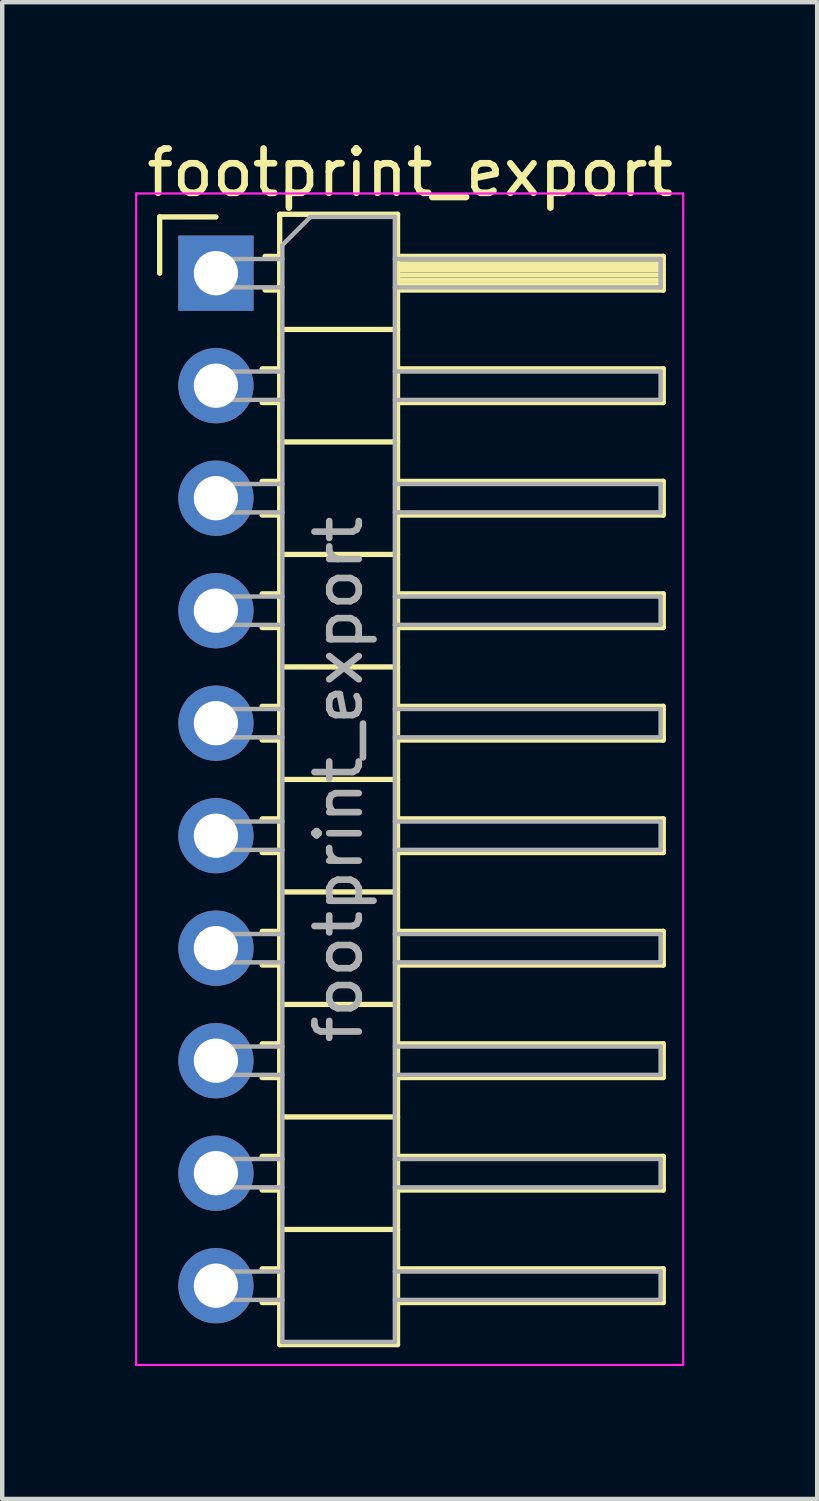
<source format=kicad_pcb>
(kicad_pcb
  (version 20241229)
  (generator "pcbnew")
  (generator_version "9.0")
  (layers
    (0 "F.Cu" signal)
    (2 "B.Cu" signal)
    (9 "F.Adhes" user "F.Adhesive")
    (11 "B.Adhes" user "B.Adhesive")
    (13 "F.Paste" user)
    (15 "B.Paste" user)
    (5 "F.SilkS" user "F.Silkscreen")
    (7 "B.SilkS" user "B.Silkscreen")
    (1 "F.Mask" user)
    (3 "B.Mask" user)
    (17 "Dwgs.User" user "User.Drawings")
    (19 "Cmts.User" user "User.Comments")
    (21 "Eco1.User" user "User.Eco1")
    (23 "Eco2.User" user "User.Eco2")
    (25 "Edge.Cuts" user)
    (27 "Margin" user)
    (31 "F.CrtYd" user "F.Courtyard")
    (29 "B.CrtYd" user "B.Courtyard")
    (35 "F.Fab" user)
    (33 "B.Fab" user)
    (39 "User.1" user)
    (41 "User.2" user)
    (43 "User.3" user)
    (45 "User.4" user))
  (footprint "footprint_export"
    (layer "F.Cu")
    (at 1.825 3.118)
    (property "Reference" "footprint_export" (at 4.385 -2.27 0) (layer "F.SilkS") (effects (font (size 1 1) (thickness 0.15))))
    (attr through_hole)
    (fp_line (start -1.27 -1.27) (end 0 -1.27) (stroke (width 0.12) (type solid)) (layer "F.SilkS"))
    (fp_line (start -1.27 0) (end -1.27 -1.27) (stroke (width 0.12) (type solid)) (layer "F.SilkS"))
    (fp_line (start 1.043 2.16) (end 1.44 2.16) (stroke (width 0.12) (type solid)) (layer "F.SilkS"))
    (fp_line (start 1.043 2.92) (end 1.44 2.92) (stroke (width 0.12) (type solid)) (layer "F.SilkS"))
    (fp_line (start 1.043 4.7) (end 1.44 4.7) (stroke (width 0.12) (type solid)) (layer "F.SilkS"))
    (fp_line (start 1.043 5.46) (end 1.44 5.46) (stroke (width 0.12) (type solid)) (layer "F.SilkS"))
    (fp_line (start 1.043 7.24) (end 1.44 7.24) (stroke (width 0.12) (type solid)) (layer "F.SilkS"))
    (fp_line (start 1.043 8) (end 1.44 8) (stroke (width 0.12) (type solid)) (layer "F.SilkS"))
    (fp_line (start 1.043 9.78) (end 1.44 9.78) (stroke (width 0.12) (type solid)) (layer "F.SilkS"))
    (fp_line (start 1.043 10.54) (end 1.44 10.54) (stroke (width 0.12) (type solid)) (layer "F.SilkS"))
    (fp_line (start 1.043 12.32) (end 1.44 12.32) (stroke (width 0.12) (type solid)) (layer "F.SilkS"))
    (fp_line (start 1.043 13.08) (end 1.44 13.08) (stroke (width 0.12) (type solid)) (layer "F.SilkS"))
    (fp_line (start 1.043 14.86) (end 1.44 14.86) (stroke (width 0.12) (type solid)) (layer "F.SilkS"))
    (fp_line (start 1.043 15.62) (end 1.44 15.62) (stroke (width 0.12) (type solid)) (layer "F.SilkS"))
    (fp_line (start 1.043 17.4) (end 1.44 17.4) (stroke (width 0.12) (type solid)) (layer "F.SilkS"))
    (fp_line (start 1.043 18.16) (end 1.44 18.16) (stroke (width 0.12) (type solid)) (layer "F.SilkS"))
    (fp_line (start 1.043 19.94) (end 1.44 19.94) (stroke (width 0.12) (type solid)) (layer "F.SilkS"))
    (fp_line (start 1.043 20.7) (end 1.44 20.7) (stroke (width 0.12) (type solid)) (layer "F.SilkS"))
    (fp_line (start 1.043 22.48) (end 1.44 22.48) (stroke (width 0.12) (type solid)) (layer "F.SilkS"))
    (fp_line (start 1.043 23.24) (end 1.44 23.24) (stroke (width 0.12) (type solid)) (layer "F.SilkS"))
    (fp_line (start 1.11 -0.38) (end 1.44 -0.38) (stroke (width 0.12) (type solid)) (layer "F.SilkS"))
    (fp_line (start 1.11 0.38) (end 1.44 0.38) (stroke (width 0.12) (type solid)) (layer "F.SilkS"))
    (fp_line (start 1.44 -1.33) (end 1.44 24.19) (stroke (width 0.12) (type solid)) (layer "F.SilkS"))
    (fp_line (start 1.44 1.27) (end 4.1 1.27) (stroke (width 0.12) (type solid)) (layer "F.SilkS"))
    (fp_line (start 1.44 3.81) (end 4.1 3.81) (stroke (width 0.12) (type solid)) (layer "F.SilkS"))
    (fp_line (start 1.44 6.35) (end 4.1 6.35) (stroke (width 0.12) (type solid)) (layer "F.SilkS"))
    (fp_line (start 1.44 8.89) (end 4.1 8.89) (stroke (width 0.12) (type solid)) (layer "F.SilkS"))
    (fp_line (start 1.44 11.43) (end 4.1 11.43) (stroke (width 0.12) (type solid)) (layer "F.SilkS"))
    (fp_line (start 1.44 13.97) (end 4.1 13.97) (stroke (width 0.12) (type solid)) (layer "F.SilkS"))
    (fp_line (start 1.44 16.51) (end 4.1 16.51) (stroke (width 0.12) (type solid)) (layer "F.SilkS"))
    (fp_line (start 1.44 19.05) (end 4.1 19.05) (stroke (width 0.12) (type solid)) (layer "F.SilkS"))
    (fp_line (start 1.44 21.59) (end 4.1 21.59) (stroke (width 0.12) (type solid)) (layer "F.SilkS"))
    (fp_line (start 1.44 24.19) (end 4.1 24.19) (stroke (width 0.12) (type solid)) (layer "F.SilkS"))
    (fp_line (start 4.1 -1.33) (end 1.44 -1.33) (stroke (width 0.12) (type solid)) (layer "F.SilkS"))
    (fp_line (start 4.1 -0.38) (end 10.1 -0.38) (stroke (width 0.12) (type solid)) (layer "F.SilkS"))
    (fp_line (start 4.1 -0.32) (end 10.1 -0.32) (stroke (width 0.12) (type solid)) (layer "F.SilkS"))
    (fp_line (start 4.1 -0.2) (end 10.1 -0.2) (stroke (width 0.12) (type solid)) (layer "F.SilkS"))
    (fp_line (start 4.1 -0.08) (end 10.1 -0.08) (stroke (width 0.12) (type solid)) (layer "F.SilkS"))
    (fp_line (start 4.1 0.04) (end 10.1 0.04) (stroke (width 0.12) (type solid)) (layer "F.SilkS"))
    (fp_line (start 4.1 0.16) (end 10.1 0.16) (stroke (width 0.12) (type solid)) (layer "F.SilkS"))
    (fp_line (start 4.1 0.28) (end 10.1 0.28) (stroke (width 0.12) (type solid)) (layer "F.SilkS"))
    (fp_line (start 4.1 2.16) (end 10.1 2.16) (stroke (width 0.12) (type solid)) (layer "F.SilkS"))
    (fp_line (start 4.1 4.7) (end 10.1 4.7) (stroke (width 0.12) (type solid)) (layer "F.SilkS"))
    (fp_line (start 4.1 7.24) (end 10.1 7.24) (stroke (width 0.12) (type solid)) (layer "F.SilkS"))
    (fp_line (start 4.1 9.78) (end 10.1 9.78) (stroke (width 0.12) (type solid)) (layer "F.SilkS"))
    (fp_line (start 4.1 12.32) (end 10.1 12.32) (stroke (width 0.12) (type solid)) (layer "F.SilkS"))
    (fp_line (start 4.1 14.86) (end 10.1 14.86) (stroke (width 0.12) (type solid)) (layer "F.SilkS"))
    (fp_line (start 4.1 17.4) (end 10.1 17.4) (stroke (width 0.12) (type solid)) (layer "F.SilkS"))
    (fp_line (start 4.1 19.94) (end 10.1 19.94) (stroke (width 0.12) (type solid)) (layer "F.SilkS"))
    (fp_line (start 4.1 22.48) (end 10.1 22.48) (stroke (width 0.12) (type solid)) (layer "F.SilkS"))
    (fp_line (start 4.1 24.19) (end 4.1 -1.33) (stroke (width 0.12) (type solid)) (layer "F.SilkS"))
    (fp_line (start 10.1 -0.38) (end 10.1 0.38) (stroke (width 0.12) (type solid)) (layer "F.SilkS"))
    (fp_line (start 10.1 0.38) (end 4.1 0.38) (stroke (width 0.12) (type solid)) (layer "F.SilkS"))
    (fp_line (start 10.1 2.16) (end 10.1 2.92) (stroke (width 0.12) (type solid)) (layer "F.SilkS"))
    (fp_line (start 10.1 2.92) (end 4.1 2.92) (stroke (width 0.12) (type solid)) (layer "F.SilkS"))
    (fp_line (start 10.1 4.7) (end 10.1 5.46) (stroke (width 0.12) (type solid)) (layer "F.SilkS"))
    (fp_line (start 10.1 5.46) (end 4.1 5.46) (stroke (width 0.12) (type solid)) (layer "F.SilkS"))
    (fp_line (start 10.1 7.24) (end 10.1 8) (stroke (width 0.12) (type solid)) (layer "F.SilkS"))
    (fp_line (start 10.1 8) (end 4.1 8) (stroke (width 0.12) (type solid)) (layer "F.SilkS"))
    (fp_line (start 10.1 9.78) (end 10.1 10.54) (stroke (width 0.12) (type solid)) (layer "F.SilkS"))
    (fp_line (start 10.1 10.54) (end 4.1 10.54) (stroke (width 0.12) (type solid)) (layer "F.SilkS"))
    (fp_line (start 10.1 12.32) (end 10.1 13.08) (stroke (width 0.12) (type solid)) (layer "F.SilkS"))
    (fp_line (start 10.1 13.08) (end 4.1 13.08) (stroke (width 0.12) (type solid)) (layer "F.SilkS"))
    (fp_line (start 10.1 14.86) (end 10.1 15.62) (stroke (width 0.12) (type solid)) (layer "F.SilkS"))
    (fp_line (start 10.1 15.62) (end 4.1 15.62) (stroke (width 0.12) (type solid)) (layer "F.SilkS"))
    (fp_line (start 10.1 17.4) (end 10.1 18.16) (stroke (width 0.12) (type solid)) (layer "F.SilkS"))
    (fp_line (start 10.1 18.16) (end 4.1 18.16) (stroke (width 0.12) (type solid)) (layer "F.SilkS"))
    (fp_line (start 10.1 19.94) (end 10.1 20.7) (stroke (width 0.12) (type solid)) (layer "F.SilkS"))
    (fp_line (start 10.1 20.7) (end 4.1 20.7) (stroke (width 0.12) (type solid)) (layer "F.SilkS"))
    (fp_line (start 10.1 22.48) (end 10.1 23.24) (stroke (width 0.12) (type solid)) (layer "F.SilkS"))
    (fp_line (start 10.1 23.24) (end 4.1 23.24) (stroke (width 0.12) (type solid)) (layer "F.SilkS"))
    (fp_line (start -1.8 -1.8) (end -1.8 24.65) (stroke (width 0.05) (type solid)) (layer "F.CrtYd"))
    (fp_line (start -1.8 24.65) (end 10.55 24.65) (stroke (width 0.05) (type solid)) (layer "F.CrtYd"))
    (fp_line (start 10.55 -1.8) (end -1.8 -1.8) (stroke (width 0.05) (type solid)) (layer "F.CrtYd"))
    (fp_line (start 10.55 24.65) (end 10.55 -1.8) (stroke (width 0.05) (type solid)) (layer "F.CrtYd"))
    (fp_line (start -0.32 -0.32) (end -0.32 0.32) (stroke (width 0.1) (type solid)) (layer "F.Fab"))
    (fp_line (start -0.32 -0.32) (end 1.5 -0.32) (stroke (width 0.1) (type solid)) (layer "F.Fab"))
    (fp_line (start -0.32 0.32) (end 1.5 0.32) (stroke (width 0.1) (type solid)) (layer "F.Fab"))
    (fp_line (start -0.32 2.22) (end -0.32 2.86) (stroke (width 0.1) (type solid)) (layer "F.Fab"))
    (fp_line (start -0.32 2.22) (end 1.5 2.22) (stroke (width 0.1) (type solid)) (layer "F.Fab"))
    (fp_line (start -0.32 2.86) (end 1.5 2.86) (stroke (width 0.1) (type solid)) (layer "F.Fab"))
    (fp_line (start -0.32 4.76) (end -0.32 5.4) (stroke (width 0.1) (type solid)) (layer "F.Fab"))
    (fp_line (start -0.32 4.76) (end 1.5 4.76) (stroke (width 0.1) (type solid)) (layer "F.Fab"))
    (fp_line (start -0.32 5.4) (end 1.5 5.4) (stroke (width 0.1) (type solid)) (layer "F.Fab"))
    (fp_line (start -0.32 7.3) (end -0.32 7.94) (stroke (width 0.1) (type solid)) (layer "F.Fab"))
    (fp_line (start -0.32 7.3) (end 1.5 7.3) (stroke (width 0.1) (type solid)) (layer "F.Fab"))
    (fp_line (start -0.32 7.94) (end 1.5 7.94) (stroke (width 0.1) (type solid)) (layer "F.Fab"))
    (fp_line (start -0.32 9.84) (end -0.32 10.48) (stroke (width 0.1) (type solid)) (layer "F.Fab"))
    (fp_line (start -0.32 9.84) (end 1.5 9.84) (stroke (width 0.1) (type solid)) (layer "F.Fab"))
    (fp_line (start -0.32 10.48) (end 1.5 10.48) (stroke (width 0.1) (type solid)) (layer "F.Fab"))
    (fp_line (start -0.32 12.38) (end -0.32 13.02) (stroke (width 0.1) (type solid)) (layer "F.Fab"))
    (fp_line (start -0.32 12.38) (end 1.5 12.38) (stroke (width 0.1) (type solid)) (layer "F.Fab"))
    (fp_line (start -0.32 13.02) (end 1.5 13.02) (stroke (width 0.1) (type solid)) (layer "F.Fab"))
    (fp_line (start -0.32 14.92) (end -0.32 15.56) (stroke (width 0.1) (type solid)) (layer "F.Fab"))
    (fp_line (start -0.32 14.92) (end 1.5 14.92) (stroke (width 0.1) (type solid)) (layer "F.Fab"))
    (fp_line (start -0.32 15.56) (end 1.5 15.56) (stroke (width 0.1) (type solid)) (layer "F.Fab"))
    (fp_line (start -0.32 17.46) (end -0.32 18.1) (stroke (width 0.1) (type solid)) (layer "F.Fab"))
    (fp_line (start -0.32 17.46) (end 1.5 17.46) (stroke (width 0.1) (type solid)) (layer "F.Fab"))
    (fp_line (start -0.32 18.1) (end 1.5 18.1) (stroke (width 0.1) (type solid)) (layer "F.Fab"))
    (fp_line (start -0.32 20) (end -0.32 20.64) (stroke (width 0.1) (type solid)) (layer "F.Fab"))
    (fp_line (start -0.32 20) (end 1.5 20) (stroke (width 0.1) (type solid)) (layer "F.Fab"))
    (fp_line (start -0.32 20.64) (end 1.5 20.64) (stroke (width 0.1) (type solid)) (layer "F.Fab"))
    (fp_line (start -0.32 22.54) (end -0.32 23.18) (stroke (width 0.1) (type solid)) (layer "F.Fab"))
    (fp_line (start -0.32 22.54) (end 1.5 22.54) (stroke (width 0.1) (type solid)) (layer "F.Fab"))
    (fp_line (start -0.32 23.18) (end 1.5 23.18) (stroke (width 0.1) (type solid)) (layer "F.Fab"))
    (fp_line (start 1.5 -0.635) (end 2.135 -1.27) (stroke (width 0.1) (type solid)) (layer "F.Fab"))
    (fp_line (start 1.5 24.13) (end 1.5 -0.635) (stroke (width 0.1) (type solid)) (layer "F.Fab"))
    (fp_line (start 2.135 -1.27) (end 4.04 -1.27) (stroke (width 0.1) (type solid)) (layer "F.Fab"))
    (fp_line (start 4.04 -1.27) (end 4.04 24.13) (stroke (width 0.1) (type solid)) (layer "F.Fab"))
    (fp_line (start 4.04 -0.32) (end 10.04 -0.32) (stroke (width 0.1) (type solid)) (layer "F.Fab"))
    (fp_line (start 4.04 0.32) (end 10.04 0.32) (stroke (width 0.1) (type solid)) (layer "F.Fab"))
    (fp_line (start 4.04 2.22) (end 10.04 2.22) (stroke (width 0.1) (type solid)) (layer "F.Fab"))
    (fp_line (start 4.04 2.86) (end 10.04 2.86) (stroke (width 0.1) (type solid)) (layer "F.Fab"))
    (fp_line (start 4.04 4.76) (end 10.04 4.76) (stroke (width 0.1) (type solid)) (layer "F.Fab"))
    (fp_line (start 4.04 5.4) (end 10.04 5.4) (stroke (width 0.1) (type solid)) (layer "F.Fab"))
    (fp_line (start 4.04 7.3) (end 10.04 7.3) (stroke (width 0.1) (type solid)) (layer "F.Fab"))
    (fp_line (start 4.04 7.94) (end 10.04 7.94) (stroke (width 0.1) (type solid)) (layer "F.Fab"))
    (fp_line (start 4.04 9.84) (end 10.04 9.84) (stroke (width 0.1) (type solid)) (layer "F.Fab"))
    (fp_line (start 4.04 10.48) (end 10.04 10.48) (stroke (width 0.1) (type solid)) (layer "F.Fab"))
    (fp_line (start 4.04 12.38) (end 10.04 12.38) (stroke (width 0.1) (type solid)) (layer "F.Fab"))
    (fp_line (start 4.04 13.02) (end 10.04 13.02) (stroke (width 0.1) (type solid)) (layer "F.Fab"))
    (fp_line (start 4.04 14.92) (end 10.04 14.92) (stroke (width 0.1) (type solid)) (layer "F.Fab"))
    (fp_line (start 4.04 15.56) (end 10.04 15.56) (stroke (width 0.1) (type solid)) (layer "F.Fab"))
    (fp_line (start 4.04 17.46) (end 10.04 17.46) (stroke (width 0.1) (type solid)) (layer "F.Fab"))
    (fp_line (start 4.04 18.1) (end 10.04 18.1) (stroke (width 0.1) (type solid)) (layer "F.Fab"))
    (fp_line (start 4.04 20) (end 10.04 20) (stroke (width 0.1) (type solid)) (layer "F.Fab"))
    (fp_line (start 4.04 20.64) (end 10.04 20.64) (stroke (width 0.1) (type solid)) (layer "F.Fab"))
    (fp_line (start 4.04 22.54) (end 10.04 22.54) (stroke (width 0.1) (type solid)) (layer "F.Fab"))
    (fp_line (start 4.04 23.18) (end 10.04 23.18) (stroke (width 0.1) (type solid)) (layer "F.Fab"))
    (fp_line (start 4.04 24.13) (end 1.5 24.13) (stroke (width 0.1) (type solid)) (layer "F.Fab"))
    (fp_line (start 10.04 -0.32) (end 10.04 0.32) (stroke (width 0.1) (type solid)) (layer "F.Fab"))
    (fp_line (start 10.04 2.22) (end 10.04 2.86) (stroke (width 0.1) (type solid)) (layer "F.Fab"))
    (fp_line (start 10.04 4.76) (end 10.04 5.4) (stroke (width 0.1) (type solid)) (layer "F.Fab"))
    (fp_line (start 10.04 7.3) (end 10.04 7.94) (stroke (width 0.1) (type solid)) (layer "F.Fab"))
    (fp_line (start 10.04 9.84) (end 10.04 10.48) (stroke (width 0.1) (type solid)) (layer "F.Fab"))
    (fp_line (start 10.04 12.38) (end 10.04 13.02) (stroke (width 0.1) (type solid)) (layer "F.Fab"))
    (fp_line (start 10.04 14.92) (end 10.04 15.56) (stroke (width 0.1) (type solid)) (layer "F.Fab"))
    (fp_line (start 10.04 17.46) (end 10.04 18.1) (stroke (width 0.1) (type solid)) (layer "F.Fab"))
    (fp_line (start 10.04 20) (end 10.04 20.64) (stroke (width 0.1) (type solid)) (layer "F.Fab"))
    (fp_line (start 10.04 22.54) (end 10.04 23.18) (stroke (width 0.1) (type solid)) (layer "F.Fab"))
    (fp_text user "${REFERENCE}" (at 2.77 11.43 90) (layer "F.Fab") (effects (font (size 1 1) (thickness 0.15))))
    (pad "1" thru_hole rect (at 0 0) (size 1.7 1.7) (drill 1) (layers "*.Cu" "*.Mask"))
    (pad "2" thru_hole oval (at 0 2.54) (size 1.7 1.7) (drill 1) (layers "*.Cu" "*.Mask"))
    (pad "3" thru_hole oval (at 0 5.08) (size 1.7 1.7) (drill 1) (layers "*.Cu" "*.Mask"))
    (pad "4" thru_hole oval (at 0 7.62) (size 1.7 1.7) (drill 1) (layers "*.Cu" "*.Mask"))
    (pad "5" thru_hole oval (at 0 10.16) (size 1.7 1.7) (drill 1) (layers "*.Cu" "*.Mask"))
    (pad "6" thru_hole oval (at 0 12.7) (size 1.7 1.7) (drill 1) (layers "*.Cu" "*.Mask"))
    (pad "7" thru_hole oval (at 0 15.24) (size 1.7 1.7) (drill 1) (layers "*.Cu" "*.Mask"))
    (pad "8" thru_hole oval (at 0 17.78) (size 1.7 1.7) (drill 1) (layers "*.Cu" "*.Mask"))
    (pad "9" thru_hole oval (at 0 20.32) (size 1.7 1.7) (drill 1) (layers "*.Cu" "*.Mask"))
    (pad "10" thru_hole oval (at 0 22.86) (size 1.7 1.7) (drill 1) (layers "*.Cu" "*.Mask")))
  (gr_rect
    (start -3 -3)
    (end 15.4 30.793)
    (stroke (width 0.1) (type default))
    (fill no)
    (layer "Edge.Cuts")))
</source>
